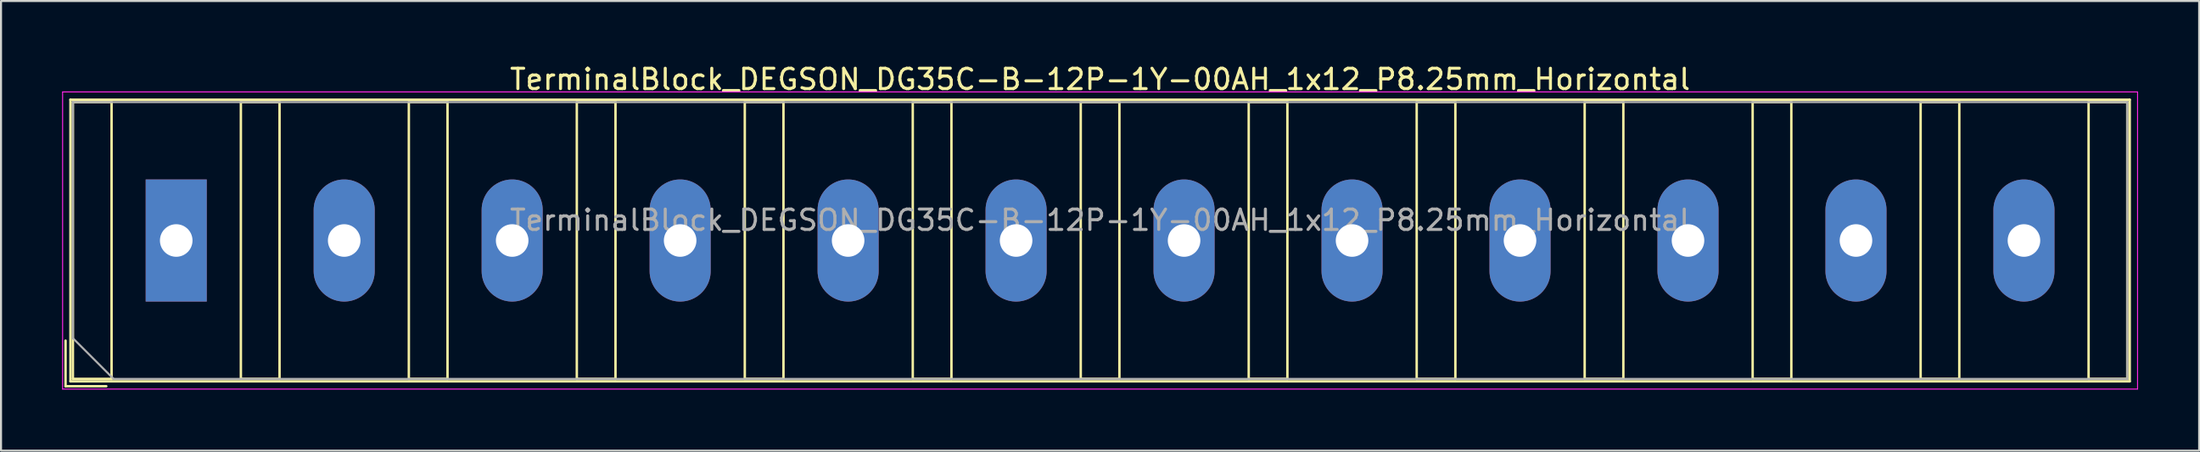
<source format=kicad_pcb>
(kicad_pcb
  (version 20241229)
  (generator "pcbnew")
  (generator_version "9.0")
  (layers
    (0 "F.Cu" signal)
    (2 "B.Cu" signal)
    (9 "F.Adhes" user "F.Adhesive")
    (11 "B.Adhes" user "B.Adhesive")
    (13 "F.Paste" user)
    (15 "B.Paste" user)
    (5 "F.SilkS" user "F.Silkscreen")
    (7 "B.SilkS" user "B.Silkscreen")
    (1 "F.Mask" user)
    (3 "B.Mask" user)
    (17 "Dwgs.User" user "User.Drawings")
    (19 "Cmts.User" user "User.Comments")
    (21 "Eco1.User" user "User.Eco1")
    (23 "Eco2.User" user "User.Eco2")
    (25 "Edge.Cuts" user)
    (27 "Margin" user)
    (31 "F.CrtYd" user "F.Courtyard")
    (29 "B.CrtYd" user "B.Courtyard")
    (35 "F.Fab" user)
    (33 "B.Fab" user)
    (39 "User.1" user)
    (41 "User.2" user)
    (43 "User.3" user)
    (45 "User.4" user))
  (footprint "TerminalBlock_DEGSON_DG35C-B-12P-1Y-00AH_1x12_P8.25mm_Horizontal"
    (layer "F.Cu")
    (at 5.605 8.768)
    (property "Reference" "TerminalBlock_DEGSON_DG35C-B-12P-1Y-00AH_1x12_P8.25mm_Horizontal" (at 45.375 -7.92 0) (layer "F.SilkS") (effects (font (size 1 1) (thickness 0.15))))
    (attr through_hole)
    (fp_line (start -1.98 -3.48) (end -1.98 3.48) (stroke (width 0.01) (type solid)) (layer "F.Mask"))
    (fp_line (start -1.98 3.48) (end 1.98 3.48) (stroke (width 0.01) (type solid)) (layer "F.Mask"))
    (fp_line (start 1.98 -3.48) (end -1.98 -3.48) (stroke (width 0.01) (type solid)) (layer "F.Mask"))
    (fp_line (start 1.98 3.48) (end 1.98 -3.48) (stroke (width 0.01) (type solid)) (layer "F.Mask"))
    (fp_line (start 6.27 -3.48) (end 6.27 3.48) (stroke (width 0.01) (type solid)) (layer "F.Mask"))
    (fp_line (start 6.27 3.48) (end 10.23 3.48) (stroke (width 0.01) (type solid)) (layer "F.Mask"))
    (fp_line (start 10.23 -3.48) (end 6.27 -3.48) (stroke (width 0.01) (type solid)) (layer "F.Mask"))
    (fp_line (start 10.23 3.48) (end 10.23 -3.48) (stroke (width 0.01) (type solid)) (layer "F.Mask"))
    (fp_line (start 14.52 -3.48) (end 14.52 3.48) (stroke (width 0.01) (type solid)) (layer "F.Mask"))
    (fp_line (start 14.52 3.48) (end 18.48 3.48) (stroke (width 0.01) (type solid)) (layer "F.Mask"))
    (fp_line (start 18.48 -3.48) (end 14.52 -3.48) (stroke (width 0.01) (type solid)) (layer "F.Mask"))
    (fp_line (start 18.48 3.48) (end 18.48 -3.48) (stroke (width 0.01) (type solid)) (layer "F.Mask"))
    (fp_line (start 22.77 -3.48) (end 22.77 3.48) (stroke (width 0.01) (type solid)) (layer "F.Mask"))
    (fp_line (start 22.77 3.48) (end 26.73 3.48) (stroke (width 0.01) (type solid)) (layer "F.Mask"))
    (fp_line (start 26.73 -3.48) (end 22.77 -3.48) (stroke (width 0.01) (type solid)) (layer "F.Mask"))
    (fp_line (start 26.73 3.48) (end 26.73 -3.48) (stroke (width 0.01) (type solid)) (layer "F.Mask"))
    (fp_line (start 31.02 -3.48) (end 31.02 3.48) (stroke (width 0.01) (type solid)) (layer "F.Mask"))
    (fp_line (start 31.02 3.48) (end 34.98 3.48) (stroke (width 0.01) (type solid)) (layer "F.Mask"))
    (fp_line (start 34.98 -3.48) (end 31.02 -3.48) (stroke (width 0.01) (type solid)) (layer "F.Mask"))
    (fp_line (start 34.98 3.48) (end 34.98 -3.48) (stroke (width 0.01) (type solid)) (layer "F.Mask"))
    (fp_line (start 39.27 -3.48) (end 39.27 3.48) (stroke (width 0.01) (type solid)) (layer "F.Mask"))
    (fp_line (start 39.27 3.48) (end 43.23 3.48) (stroke (width 0.01) (type solid)) (layer "F.Mask"))
    (fp_line (start 43.23 -3.48) (end 39.27 -3.48) (stroke (width 0.01) (type solid)) (layer "F.Mask"))
    (fp_line (start 43.23 3.48) (end 43.23 -3.48) (stroke (width 0.01) (type solid)) (layer "F.Mask"))
    (fp_line (start 47.52 -3.48) (end 47.52 3.48) (stroke (width 0.01) (type solid)) (layer "F.Mask"))
    (fp_line (start 47.52 3.48) (end 51.48 3.48) (stroke (width 0.01) (type solid)) (layer "F.Mask"))
    (fp_line (start 51.48 -3.48) (end 47.52 -3.48) (stroke (width 0.01) (type solid)) (layer "F.Mask"))
    (fp_line (start 51.48 3.48) (end 51.48 -3.48) (stroke (width 0.01) (type solid)) (layer "F.Mask"))
    (fp_line (start 55.77 -3.48) (end 55.77 3.48) (stroke (width 0.01) (type solid)) (layer "F.Mask"))
    (fp_line (start 55.77 3.48) (end 59.73 3.48) (stroke (width 0.01) (type solid)) (layer "F.Mask"))
    (fp_line (start 59.73 -3.48) (end 55.77 -3.48) (stroke (width 0.01) (type solid)) (layer "F.Mask"))
    (fp_line (start 59.73 3.48) (end 59.73 -3.48) (stroke (width 0.01) (type solid)) (layer "F.Mask"))
    (fp_line (start 64.02 -3.48) (end 64.02 3.48) (stroke (width 0.01) (type solid)) (layer "F.Mask"))
    (fp_line (start 64.02 3.48) (end 67.98 3.48) (stroke (width 0.01) (type solid)) (layer "F.Mask"))
    (fp_line (start 67.98 -3.48) (end 64.02 -3.48) (stroke (width 0.01) (type solid)) (layer "F.Mask"))
    (fp_line (start 67.98 3.48) (end 67.98 -3.48) (stroke (width 0.01) (type solid)) (layer "F.Mask"))
    (fp_line (start 72.27 -3.48) (end 72.27 3.48) (stroke (width 0.01) (type solid)) (layer "F.Mask"))
    (fp_line (start 72.27 3.48) (end 76.23 3.48) (stroke (width 0.01) (type solid)) (layer "F.Mask"))
    (fp_line (start 76.23 -3.48) (end 72.27 -3.48) (stroke (width 0.01) (type solid)) (layer "F.Mask"))
    (fp_line (start 76.23 3.48) (end 76.23 -3.48) (stroke (width 0.01) (type solid)) (layer "F.Mask"))
    (fp_line (start 80.52 -3.48) (end 80.52 3.48) (stroke (width 0.01) (type solid)) (layer "F.Mask"))
    (fp_line (start 80.52 3.48) (end 84.48 3.48) (stroke (width 0.01) (type solid)) (layer "F.Mask"))
    (fp_line (start 84.48 -3.48) (end 80.52 -3.48) (stroke (width 0.01) (type solid)) (layer "F.Mask"))
    (fp_line (start 84.48 3.48) (end 84.48 -3.48) (stroke (width 0.01) (type solid)) (layer "F.Mask"))
    (fp_line (start 88.77 -3.48) (end 88.77 3.48) (stroke (width 0.01) (type solid)) (layer "F.Mask"))
    (fp_line (start 88.77 3.48) (end 92.73 3.48) (stroke (width 0.01) (type solid)) (layer "F.Mask"))
    (fp_line (start 92.73 -3.48) (end 88.77 -3.48) (stroke (width 0.01) (type solid)) (layer "F.Mask"))
    (fp_line (start 92.73 3.48) (end 92.73 -3.48) (stroke (width 0.01) (type solid)) (layer "F.Mask"))
    (fp_line (start -5.435 4.92) (end -5.435 7.16) (stroke (width 0.12) (type solid)) (layer "F.SilkS"))
    (fp_line (start -5.435 7.16) (end -3.435 7.16) (stroke (width 0.12) (type solid)) (layer "F.SilkS"))
    (fp_line (start -5.195 -6.92) (end -5.195 6.92) (stroke (width 0.12) (type solid)) (layer "F.SilkS"))
    (fp_line (start -5.195 -6.92) (end 95.945 -6.92) (stroke (width 0.12) (type solid)) (layer "F.SilkS"))
    (fp_line (start -5.195 6.92) (end 95.945 6.92) (stroke (width 0.12) (type solid)) (layer "F.SilkS"))
    (fp_line (start -5.075 -6.8) (end -5.075 6.8) (stroke (width 0.12) (type solid)) (layer "F.SilkS"))
    (fp_line (start -5.075 6.8) (end -3.175 6.8) (stroke (width 0.12) (type solid)) (layer "F.SilkS"))
    (fp_line (start -3.175 -6.8) (end -5.075 -6.8) (stroke (width 0.12) (type solid)) (layer "F.SilkS"))
    (fp_line (start -3.175 6.8) (end -3.175 -6.8) (stroke (width 0.12) (type solid)) (layer "F.SilkS"))
    (fp_line (start 3.175 -6.8) (end 3.175 6.8) (stroke (width 0.12) (type solid)) (layer "F.SilkS"))
    (fp_line (start 3.175 6.8) (end 5.075 6.8) (stroke (width 0.12) (type solid)) (layer "F.SilkS"))
    (fp_line (start 5.075 -6.8) (end 3.175 -6.8) (stroke (width 0.12) (type solid)) (layer "F.SilkS"))
    (fp_line (start 5.075 6.8) (end 5.075 -6.8) (stroke (width 0.12) (type solid)) (layer "F.SilkS"))
    (fp_line (start 11.425 -6.8) (end 11.425 6.8) (stroke (width 0.12) (type solid)) (layer "F.SilkS"))
    (fp_line (start 11.425 6.8) (end 13.325 6.8) (stroke (width 0.12) (type solid)) (layer "F.SilkS"))
    (fp_line (start 13.325 -6.8) (end 11.425 -6.8) (stroke (width 0.12) (type solid)) (layer "F.SilkS"))
    (fp_line (start 13.325 6.8) (end 13.325 -6.8) (stroke (width 0.12) (type solid)) (layer "F.SilkS"))
    (fp_line (start 19.675 -6.8) (end 19.675 6.8) (stroke (width 0.12) (type solid)) (layer "F.SilkS"))
    (fp_line (start 19.675 6.8) (end 21.575 6.8) (stroke (width 0.12) (type solid)) (layer "F.SilkS"))
    (fp_line (start 21.575 -6.8) (end 19.675 -6.8) (stroke (width 0.12) (type solid)) (layer "F.SilkS"))
    (fp_line (start 21.575 6.8) (end 21.575 -6.8) (stroke (width 0.12) (type solid)) (layer "F.SilkS"))
    (fp_line (start 27.925 -6.8) (end 27.925 6.8) (stroke (width 0.12) (type solid)) (layer "F.SilkS"))
    (fp_line (start 27.925 6.8) (end 29.825 6.8) (stroke (width 0.12) (type solid)) (layer "F.SilkS"))
    (fp_line (start 29.825 -6.8) (end 27.925 -6.8) (stroke (width 0.12) (type solid)) (layer "F.SilkS"))
    (fp_line (start 29.825 6.8) (end 29.825 -6.8) (stroke (width 0.12) (type solid)) (layer "F.SilkS"))
    (fp_line (start 36.175 -6.8) (end 36.175 6.8) (stroke (width 0.12) (type solid)) (layer "F.SilkS"))
    (fp_line (start 36.175 6.8) (end 38.075 6.8) (stroke (width 0.12) (type solid)) (layer "F.SilkS"))
    (fp_line (start 38.075 -6.8) (end 36.175 -6.8) (stroke (width 0.12) (type solid)) (layer "F.SilkS"))
    (fp_line (start 38.075 6.8) (end 38.075 -6.8) (stroke (width 0.12) (type solid)) (layer "F.SilkS"))
    (fp_line (start 44.425 -6.8) (end 44.425 6.8) (stroke (width 0.12) (type solid)) (layer "F.SilkS"))
    (fp_line (start 44.425 6.8) (end 46.325 6.8) (stroke (width 0.12) (type solid)) (layer "F.SilkS"))
    (fp_line (start 46.325 -6.8) (end 44.425 -6.8) (stroke (width 0.12) (type solid)) (layer "F.SilkS"))
    (fp_line (start 46.325 6.8) (end 46.325 -6.8) (stroke (width 0.12) (type solid)) (layer "F.SilkS"))
    (fp_line (start 52.675 -6.8) (end 52.675 6.8) (stroke (width 0.12) (type solid)) (layer "F.SilkS"))
    (fp_line (start 52.675 6.8) (end 54.575 6.8) (stroke (width 0.12) (type solid)) (layer "F.SilkS"))
    (fp_line (start 54.575 -6.8) (end 52.675 -6.8) (stroke (width 0.12) (type solid)) (layer "F.SilkS"))
    (fp_line (start 54.575 6.8) (end 54.575 -6.8) (stroke (width 0.12) (type solid)) (layer "F.SilkS"))
    (fp_line (start 60.925 -6.8) (end 60.925 6.8) (stroke (width 0.12) (type solid)) (layer "F.SilkS"))
    (fp_line (start 60.925 6.8) (end 62.825 6.8) (stroke (width 0.12) (type solid)) (layer "F.SilkS"))
    (fp_line (start 62.825 -6.8) (end 60.925 -6.8) (stroke (width 0.12) (type solid)) (layer "F.SilkS"))
    (fp_line (start 62.825 6.8) (end 62.825 -6.8) (stroke (width 0.12) (type solid)) (layer "F.SilkS"))
    (fp_line (start 69.175 -6.8) (end 69.175 6.8) (stroke (width 0.12) (type solid)) (layer "F.SilkS"))
    (fp_line (start 69.175 6.8) (end 71.075 6.8) (stroke (width 0.12) (type solid)) (layer "F.SilkS"))
    (fp_line (start 71.075 -6.8) (end 69.175 -6.8) (stroke (width 0.12) (type solid)) (layer "F.SilkS"))
    (fp_line (start 71.075 6.8) (end 71.075 -6.8) (stroke (width 0.12) (type solid)) (layer "F.SilkS"))
    (fp_line (start 77.425 -6.8) (end 77.425 6.8) (stroke (width 0.12) (type solid)) (layer "F.SilkS"))
    (fp_line (start 77.425 6.8) (end 79.325 6.8) (stroke (width 0.12) (type solid)) (layer "F.SilkS"))
    (fp_line (start 79.325 -6.8) (end 77.425 -6.8) (stroke (width 0.12) (type solid)) (layer "F.SilkS"))
    (fp_line (start 79.325 6.8) (end 79.325 -6.8) (stroke (width 0.12) (type solid)) (layer "F.SilkS"))
    (fp_line (start 85.675 -6.8) (end 85.675 6.8) (stroke (width 0.12) (type solid)) (layer "F.SilkS"))
    (fp_line (start 85.675 6.8) (end 87.575 6.8) (stroke (width 0.12) (type solid)) (layer "F.SilkS"))
    (fp_line (start 87.575 -6.8) (end 85.675 -6.8) (stroke (width 0.12) (type solid)) (layer "F.SilkS"))
    (fp_line (start 87.575 6.8) (end 87.575 -6.8) (stroke (width 0.12) (type solid)) (layer "F.SilkS"))
    (fp_line (start 93.925 -6.8) (end 93.925 6.8) (stroke (width 0.12) (type solid)) (layer "F.SilkS"))
    (fp_line (start 93.925 6.8) (end 95.825 6.8) (stroke (width 0.12) (type solid)) (layer "F.SilkS"))
    (fp_line (start 95.825 -6.8) (end 93.925 -6.8) (stroke (width 0.12) (type solid)) (layer "F.SilkS"))
    (fp_line (start 95.825 6.8) (end 95.825 -6.8) (stroke (width 0.12) (type solid)) (layer "F.SilkS"))
    (fp_line (start 95.945 -6.92) (end 95.945 6.92) (stroke (width 0.12) (type solid)) (layer "F.SilkS"))
    (fp_line (start -5.58 -7.3) (end -5.58 7.3) (stroke (width 0.05) (type solid)) (layer "F.CrtYd"))
    (fp_line (start -5.58 7.3) (end 96.33 7.3) (stroke (width 0.05) (type solid)) (layer "F.CrtYd"))
    (fp_line (start 96.33 -7.3) (end -5.58 -7.3) (stroke (width 0.05) (type solid)) (layer "F.CrtYd"))
    (fp_line (start 96.33 7.3) (end 96.33 -7.3) (stroke (width 0.05) (type solid)) (layer "F.CrtYd"))
    (fp_line (start -5.075 -6.8) (end 95.825 -6.8) (stroke (width 0.1) (type solid)) (layer "F.Fab"))
    (fp_line (start -5.075 4.8) (end -5.075 -6.8) (stroke (width 0.1) (type solid)) (layer "F.Fab"))
    (fp_line (start -3.075 6.8) (end -5.075 4.8) (stroke (width 0.1) (type solid)) (layer "F.Fab"))
    (fp_line (start 95.825 -6.8) (end 95.825 6.8) (stroke (width 0.1) (type solid)) (layer "F.Fab"))
    (fp_line (start 95.825 6.8) (end -3.075 6.8) (stroke (width 0.1) (type solid)) (layer "F.Fab"))
    (fp_text user "${REFERENCE}" (at 45.375 -1 0) (layer "F.Fab") (effects (font (size 1 1) (thickness 0.15))))
    (pad "1" thru_hole rect (at 0 0) (size 3 6) (drill 1.6) (layers "*.Cu" "*.Mask"))
    (pad "2" thru_hole oval (at 8.25 0) (size 3 6) (drill 1.6) (layers "*.Cu" "*.Mask"))
    (pad "3" thru_hole oval (at 16.5 0) (size 3 6) (drill 1.6) (layers "*.Cu" "*.Mask"))
    (pad "4" thru_hole oval (at 24.75 0) (size 3 6) (drill 1.6) (layers "*.Cu" "*.Mask"))
    (pad "5" thru_hole oval (at 33 0) (size 3 6) (drill 1.6) (layers "*.Cu" "*.Mask"))
    (pad "6" thru_hole oval (at 41.25 0) (size 3 6) (drill 1.6) (layers "*.Cu" "*.Mask"))
    (pad "7" thru_hole oval (at 49.5 0) (size 3 6) (drill 1.6) (layers "*.Cu" "*.Mask"))
    (pad "8" thru_hole oval (at 57.75 0) (size 3 6) (drill 1.6) (layers "*.Cu" "*.Mask"))
    (pad "9" thru_hole oval (at 66 0) (size 3 6) (drill 1.6) (layers "*.Cu" "*.Mask"))
    (pad "10" thru_hole oval (at 74.25 0) (size 3 6) (drill 1.6) (layers "*.Cu" "*.Mask"))
    (pad "11" thru_hole oval (at 82.5 0) (size 3 6) (drill 1.6) (layers "*.Cu" "*.Mask"))
    (pad "12" thru_hole oval (at 90.75 0) (size 3 6) (drill 1.6) (layers "*.Cu" "*.Mask")))
  (gr_rect
    (start -3 -3)
    (end 104.96 19.093)
    (stroke (width 0.1) (type default))
    (fill no)
    (layer "Edge.Cuts")))
</source>
